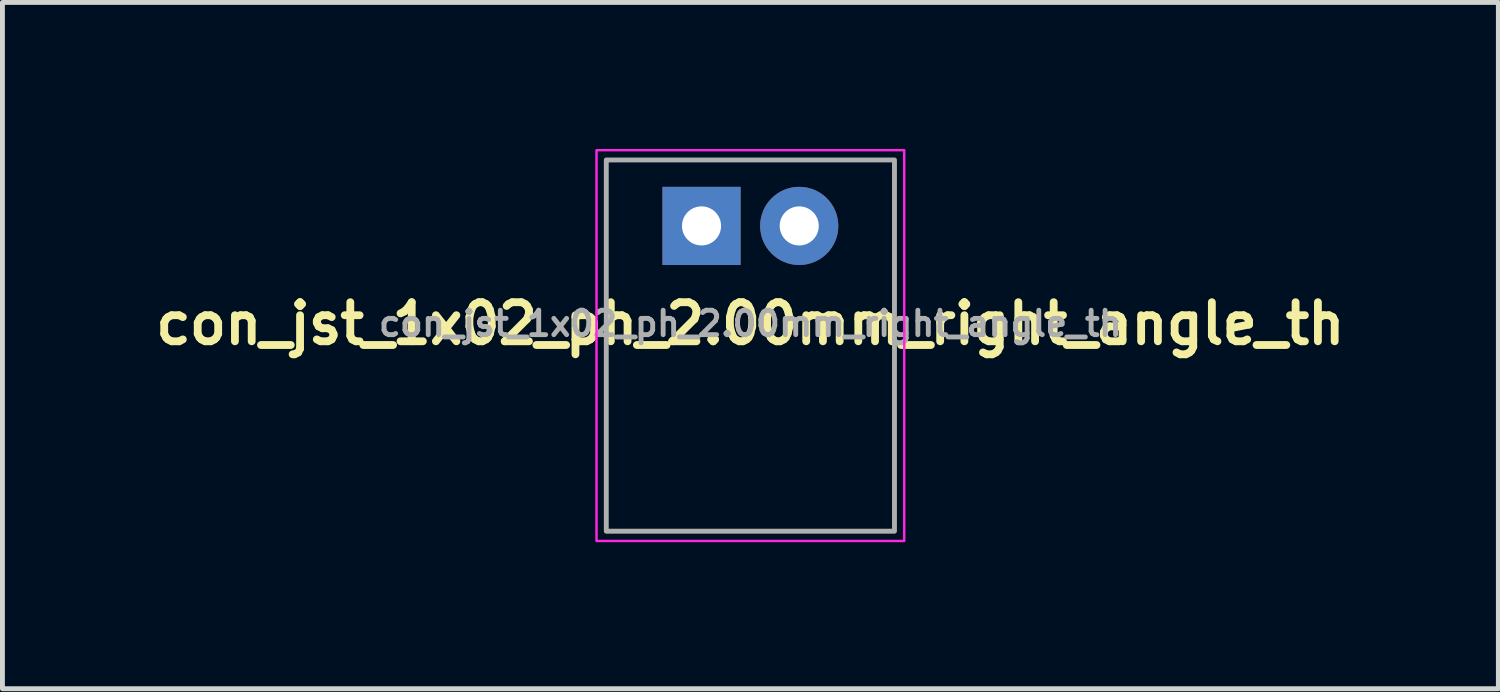
<source format=kicad_pcb>
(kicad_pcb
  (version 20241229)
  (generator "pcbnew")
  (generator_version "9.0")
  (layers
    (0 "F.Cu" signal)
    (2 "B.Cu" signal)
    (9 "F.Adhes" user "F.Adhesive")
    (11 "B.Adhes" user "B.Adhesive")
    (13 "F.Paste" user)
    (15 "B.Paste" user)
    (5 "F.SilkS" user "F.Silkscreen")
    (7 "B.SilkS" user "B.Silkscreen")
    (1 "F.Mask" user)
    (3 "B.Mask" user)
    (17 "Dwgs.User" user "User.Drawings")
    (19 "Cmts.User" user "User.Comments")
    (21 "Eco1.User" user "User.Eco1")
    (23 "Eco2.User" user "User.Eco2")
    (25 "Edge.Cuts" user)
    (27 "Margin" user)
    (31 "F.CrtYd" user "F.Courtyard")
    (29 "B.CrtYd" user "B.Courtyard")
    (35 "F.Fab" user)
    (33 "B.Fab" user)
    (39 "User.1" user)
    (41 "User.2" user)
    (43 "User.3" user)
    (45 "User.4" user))
  (footprint "con_jst_1x02_ph_2.00mm_right_angle_th"
    (layer "F.Cu")
    (at 11.312 1.575)
    (property "Reference" "con_jst_1x02_ph_2.00mm_right_angle_th" (at 1 2 0) (layer "F.SilkS") (effects (font (size 0.8 0.8) (thickness 0.16))))
    (attr through_hole exclude_from_pos_files)
    (fp_rect (start -2.15 -1.55) (end 4.15 6.45) (stroke (width 0.05) (type solid)) (fill no) (layer "F.CrtYd"))
    (fp_rect (start -1.95 -1.35) (end 3.95 6.25) (stroke (width 0.1) (type solid)) (fill no) (layer "F.Fab"))
    (fp_text user "${REFERENCE}" (at 1 2 0) (layer "F.Fab") (effects (font (size 0.5 0.5) (thickness 0.1))))
    (pad "1" thru_hole rect (at 0 0) (size 1.6 1.6) (drill 0.8) (layers "*.Cu" "*.Mask"))
    (pad "2" thru_hole circle (at 2 0) (size 1.6 1.6) (drill 0.8) (layers "*.Cu" "*.Mask")))
  (gr_rect
    (start -3 -3)
    (end 27.625 11.05)
    (stroke (width 0.1) (type default))
    (fill no)
    (layer "Edge.Cuts")))
</source>
